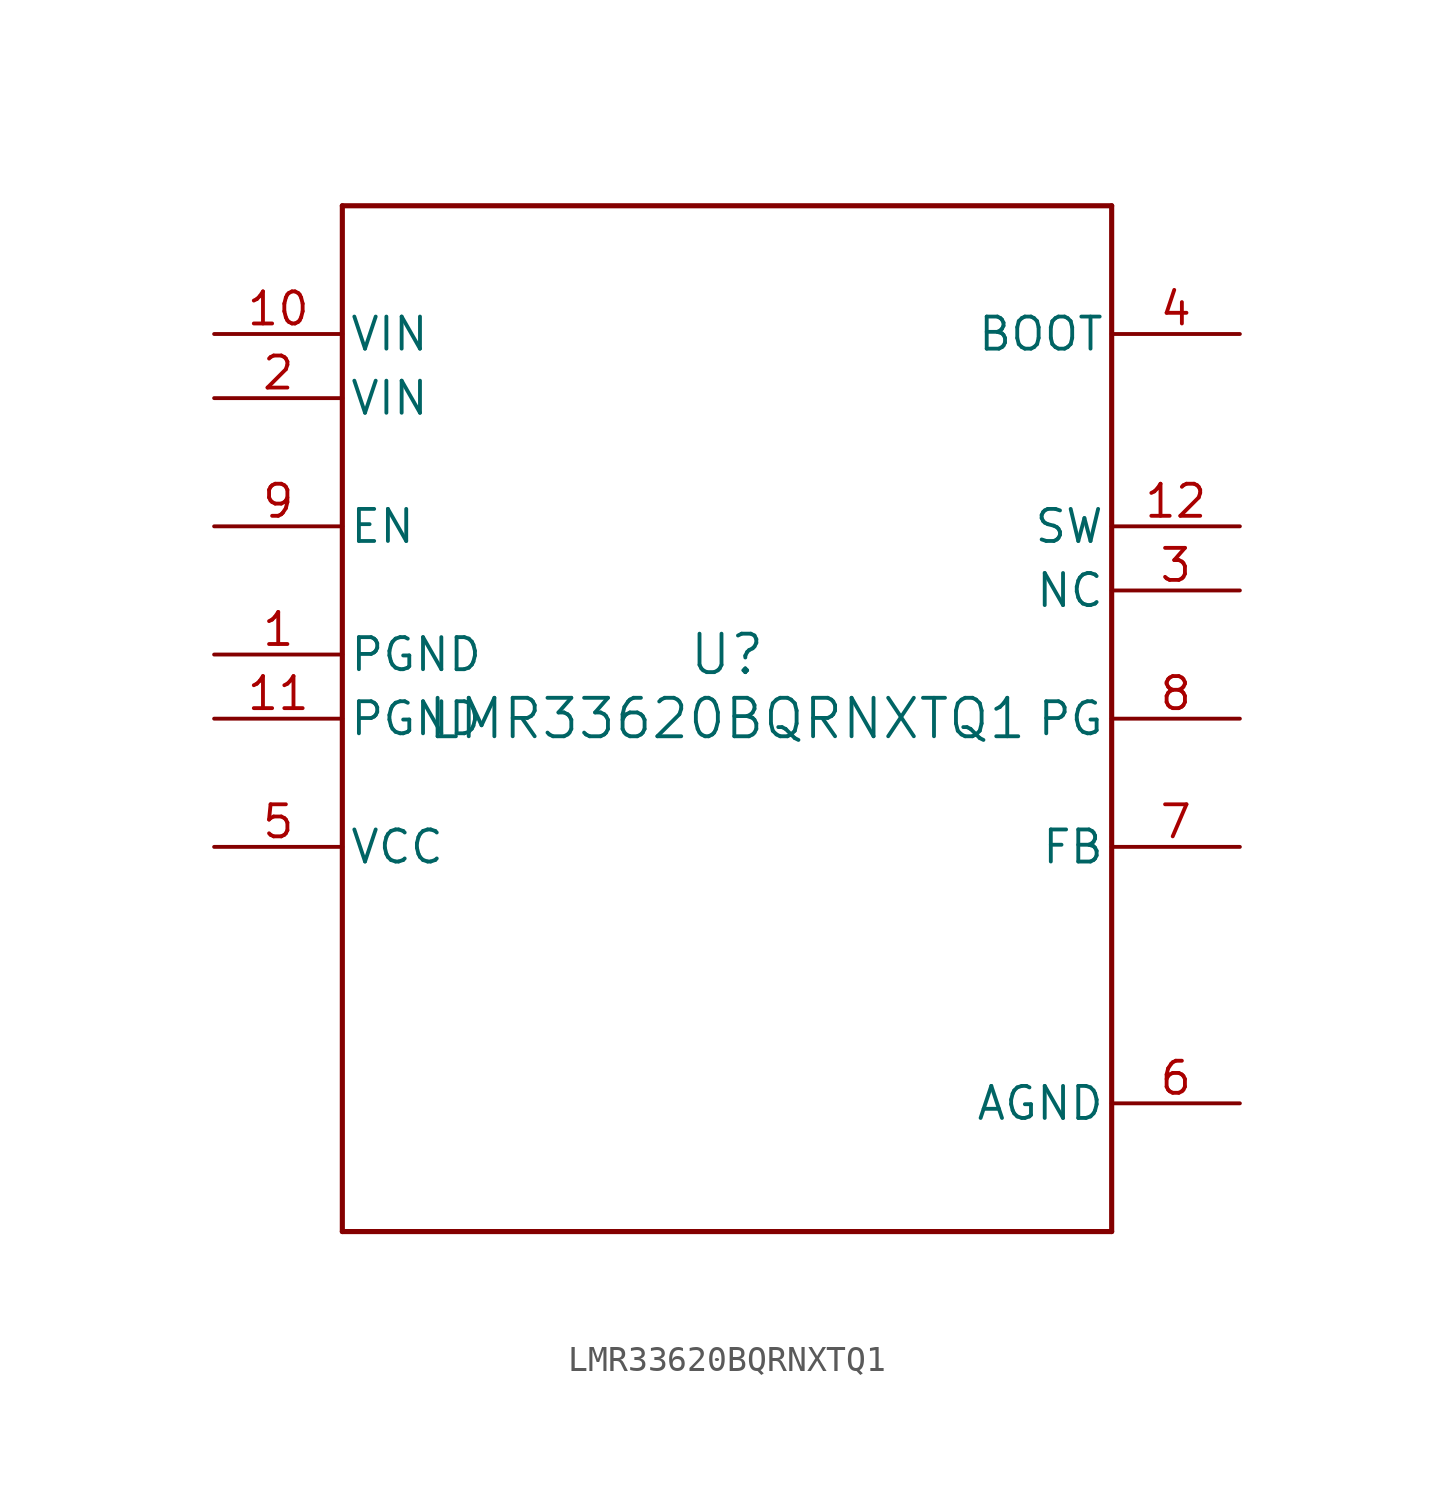
<source format=kicad_sym>
(kicad_symbol_lib
  (version 20211014)
  (generator kicad_symbol_editor)
  (symbol "LMR33620BQRNXTQ1"
    (pin_names
      (offset 0.254))
    (property "Reference" "U"
      (at 0 2.54 0)
      (effects (font (size 1.524 1.524))))
    (property "Value" "LMR33620BQRNXTQ1"
      (at 0 0 0)
      (effects (font (size 1.524 1.524))))
    (symbol "LMR33620BQRNXTQ1_0_1"
      (polyline (pts (xy -15.24 -20.32) (xy 15.24 -20.32)) (stroke (width 0.203) (type default) (color 0 0 0 0)) (fill (type none)))
      (polyline (pts (xy 15.24 -20.32) (xy 15.24 20.32)) (stroke (width 0.203) (type default) (color 0 0 0 0)) (fill (type none)))
      (polyline (pts (xy 15.24 20.32) (xy -15.24 20.32)) (stroke (width 0.203) (type default) (color 0 0 0 0)) (fill (type none)))
      (polyline (pts (xy -15.24 20.32) (xy -15.24 -20.32)) (stroke (width 0.203) (type default) (color 0 0 0 0)) (fill (type none)))
      (pin power_in line (at -20.32 2.54 0) (length 5.08) (name "PGND" (effects (font (size 1.27 1.27)))) (number "1" (effects (font (size 1.27 1.27)))))
      (pin power_in line (at -20.32 12.7 0) (length 5.08) (name "VIN" (effects (font (size 1.27 1.27)))) (number "2" (effects (font (size 1.27 1.27)))))
      (pin unspecified line (at 20.32 5.08 180) (length 5.08) (name "NC" (effects (font (size 1.27 1.27)))) (number "3" (effects (font (size 1.27 1.27)))))
      (pin power_in line (at 20.32 15.24 180) (length 5.08) (name "BOOT" (effects (font (size 1.27 1.27)))) (number "4" (effects (font (size 1.27 1.27)))))
      (pin power_in line (at -20.32 -5.08 0) (length 5.08) (name "VCC" (effects (font (size 1.27 1.27)))) (number "5" (effects (font (size 1.27 1.27)))))
      (pin power_in line (at 20.32 -15.24 180) (length 5.08) (name "AGND" (effects (font (size 1.27 1.27)))) (number "6" (effects (font (size 1.27 1.27)))))
      (pin input line (at 20.32 -5.08 180) (length 5.08) (name "FB" (effects (font (size 1.27 1.27)))) (number "7" (effects (font (size 1.27 1.27)))))
      (pin open_collector line (at 20.32 0 180) (length 5.08) (name "PG" (effects (font (size 1.27 1.27)))) (number "8" (effects (font (size 1.27 1.27)))))
      (pin input line (at -20.32 7.62 0) (length 5.08) (name "EN" (effects (font (size 1.27 1.27)))) (number "9" (effects (font (size 1.27 1.27)))))
      (pin power_in line (at -20.32 15.24 0) (length 5.08) (name "VIN" (effects (font (size 1.27 1.27)))) (number "10" (effects (font (size 1.27 1.27)))))
      (pin power_in line (at -20.32 0 0) (length 5.08) (name "PGND" (effects (font (size 1.27 1.27)))) (number "11" (effects (font (size 1.27 1.27)))))
      (pin power_in line (at 20.32 7.62 180) (length 5.08) (name "SW" (effects (font (size 1.27 1.27)))) (number "12" (effects (font (size 1.27 1.27))))))))
</source>
